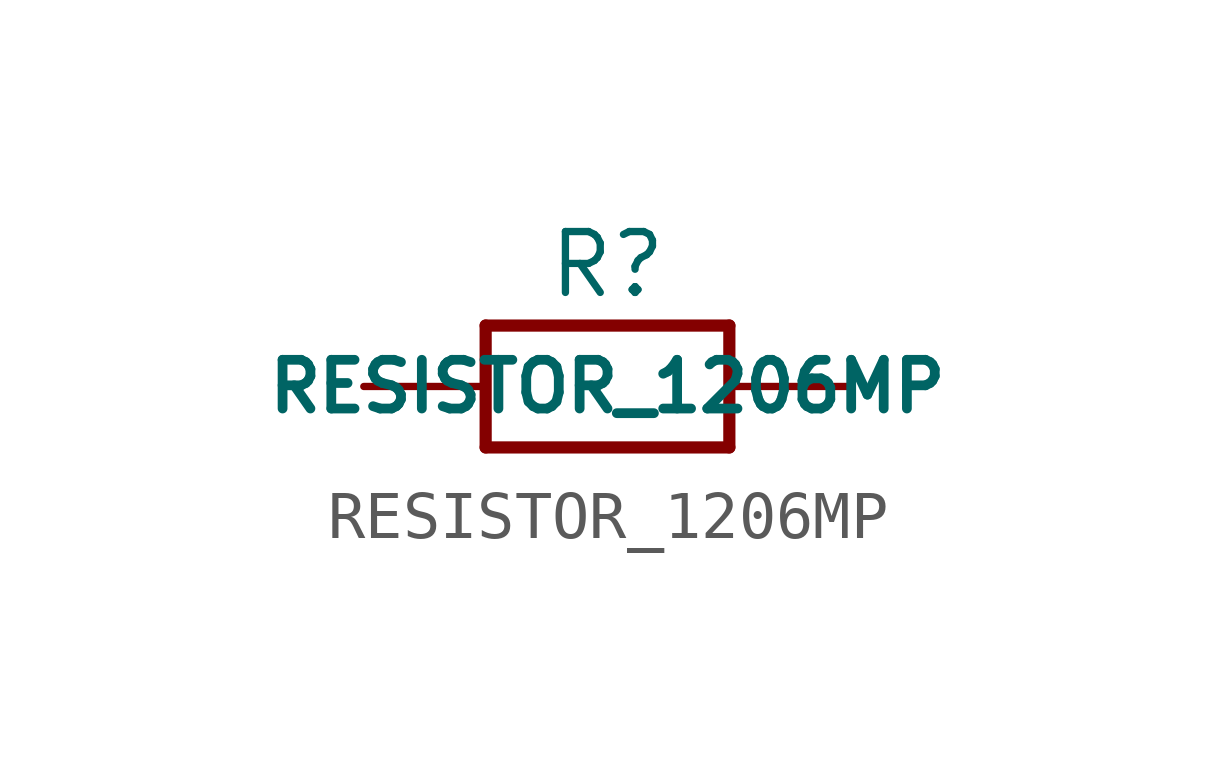
<source format=kicad_sym>
(kicad_symbol_lib
  (version 20211014)
  (generator kicad_symbol_editor)
  (symbol "RESISTOR_1206MP"
    (property "Reference" "R"
      (at 0 2.54 0)
      (effects (font (size 1.27 1.27))))
    (property "Value" "RESISTOR_1206MP"
      (at 0 0 0)
      (effects (font (size 1.016 1.016) bold)))
    (property "ki_locked" ""
      (at 0 0 0)
      (effects (font (size 1.27 1.27))))
    (symbol "RESISTOR_1206MP_1_0"
      (polyline (pts (xy -2.54 -1.27) (xy -2.54 1.27)) (stroke (width 0.254) (type default) (color 0 0 0 0)) (fill (type none)))
      (polyline (pts (xy -2.54 1.27) (xy 2.54 1.27)) (stroke (width 0.254) (type default) (color 0 0 0 0)) (fill (type none)))
      (polyline (pts (xy 2.54 -1.27) (xy -2.54 -1.27)) (stroke (width 0.254) (type default) (color 0 0 0 0)) (fill (type none)))
      (polyline (pts (xy 2.54 1.27) (xy 2.54 -1.27)) (stroke (width 0.254) (type default) (color 0 0 0 0)) (fill (type none)))
      (pin passive line (at -5.08 0 0) (length 2.54) (name "1" (effects (font (size 0 0)))) (number "1" (effects (font (size 0 0)))))
      (pin passive line (at 5.08 0 180) (length 2.54) (name "2" (effects (font (size 0 0)))) (number "2" (effects (font (size 0 0))))))))
</source>
